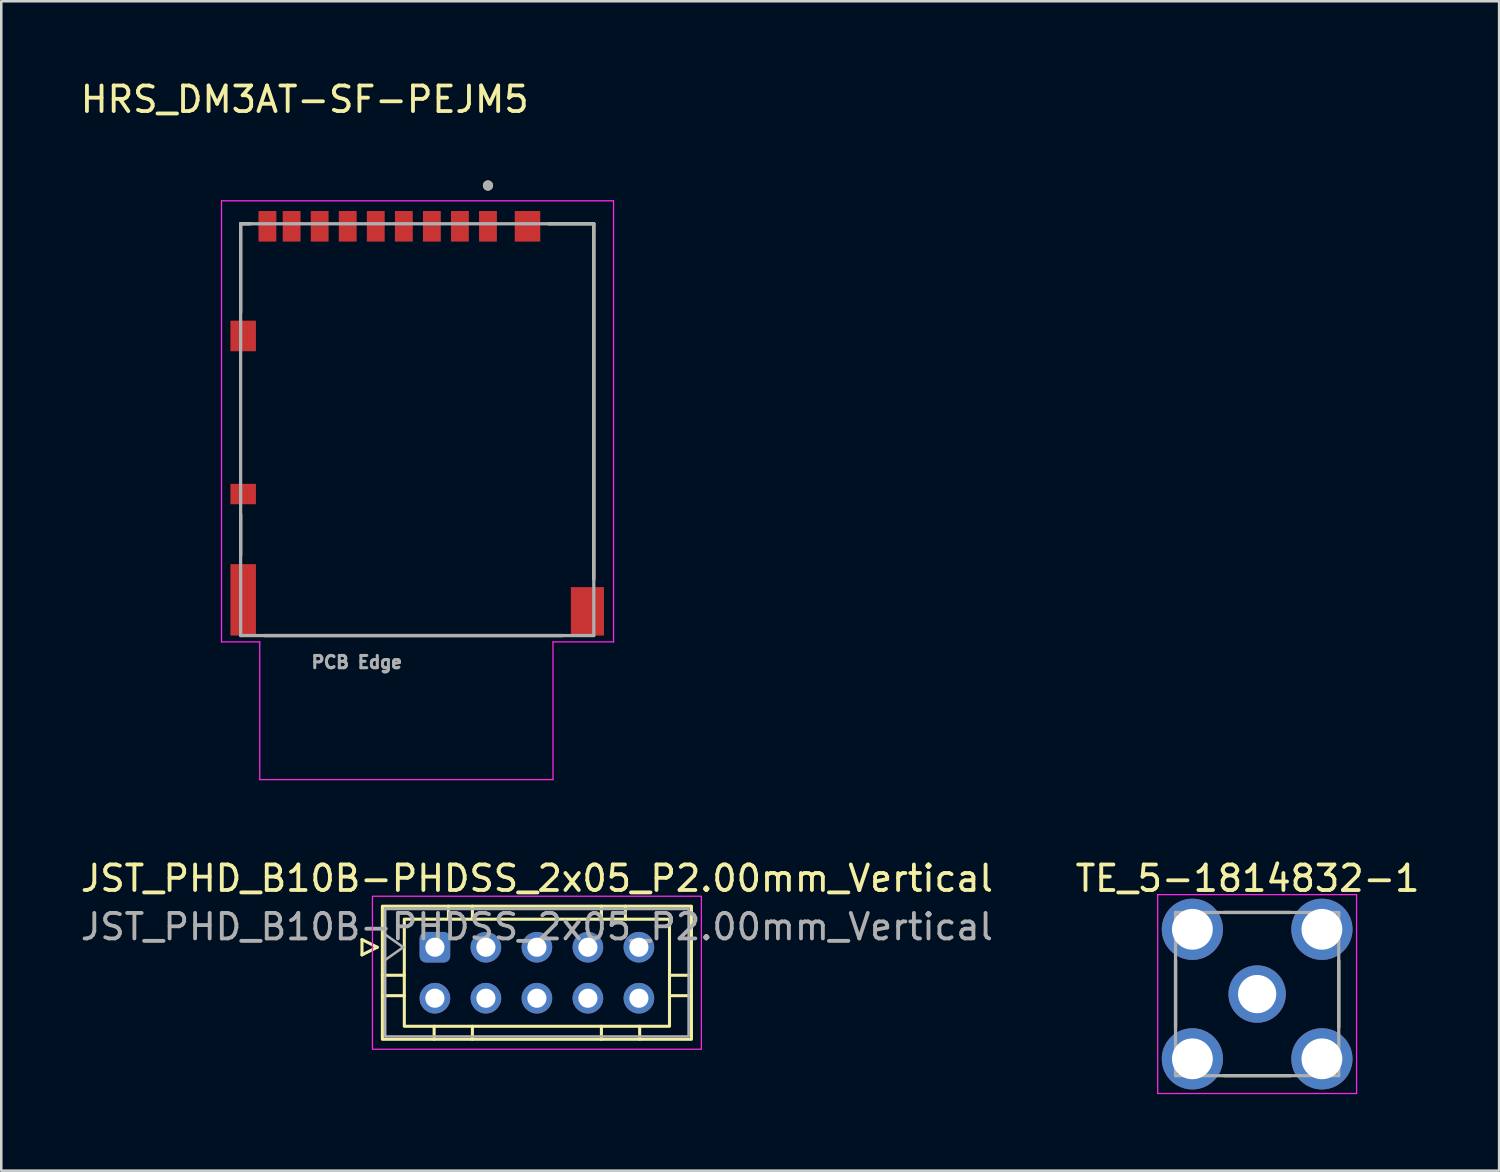
<source format=kicad_pcb>
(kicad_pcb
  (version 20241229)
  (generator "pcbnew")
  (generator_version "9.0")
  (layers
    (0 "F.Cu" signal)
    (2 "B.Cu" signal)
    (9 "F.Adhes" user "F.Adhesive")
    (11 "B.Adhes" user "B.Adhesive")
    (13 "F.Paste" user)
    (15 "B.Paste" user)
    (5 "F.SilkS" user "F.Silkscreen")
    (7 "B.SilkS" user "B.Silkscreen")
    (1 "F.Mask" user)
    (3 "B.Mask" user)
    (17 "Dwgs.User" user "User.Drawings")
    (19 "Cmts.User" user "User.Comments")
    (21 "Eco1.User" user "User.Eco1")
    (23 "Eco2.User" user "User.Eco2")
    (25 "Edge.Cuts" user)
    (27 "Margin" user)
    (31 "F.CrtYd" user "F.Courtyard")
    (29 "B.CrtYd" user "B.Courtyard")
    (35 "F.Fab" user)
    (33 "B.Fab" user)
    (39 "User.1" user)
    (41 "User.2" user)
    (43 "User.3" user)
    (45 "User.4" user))
  (footprint "HRS_DM3AT-SF-PEJM5"
    (layer "F.Cu")
    (at 13.312 13.8)
    (property "Reference" "HRS_DM3AT-SF-PEJM5" (at -4.412 -12.951 0) (layer "F.SilkS") (effects (font (size 1.002 1.002) (thickness 0.15))))
    (attr smd)
    (fp_line (start -6.925 -8.075) (end -6.545 -8.075) (stroke (width 0.127) (type solid)) (layer "F.SilkS"))
    (fp_line (start -6.925 -4.595) (end -6.925 -8.075) (stroke (width 0.127) (type solid)) (layer "F.SilkS"))
    (fp_line (start -6.925 4.925) (end -6.925 3.325) (stroke (width 0.127) (type solid)) (layer "F.SilkS"))
    (fp_line (start -6.005 8.075) (end 5.705 8.075) (stroke (width 0.127) (type solid)) (layer "F.SilkS"))
    (fp_line (start 5.145 -8.075) (end 6.925 -8.075) (stroke (width 0.127) (type solid)) (layer "F.SilkS"))
    (fp_line (start 6.925 -8.075) (end 6.925 5.855) (stroke (width 0.127) (type solid)) (layer "F.SilkS"))
    (fp_circle (center 2.775 -9.575) (end 2.875 -9.575) (stroke (width 0.2) (type solid)) (fill no) (layer "F.SilkS"))
    (fp_line (start -7.675 -8.975) (end 7.7 -8.975) (stroke (width 0.05) (type solid)) (layer "F.CrtYd"))
    (fp_line (start -7.675 8.325) (end -7.675 -8.975) (stroke (width 0.05) (type solid)) (layer "F.CrtYd"))
    (fp_line (start -6.175 8.325) (end -7.675 8.325) (stroke (width 0.05) (type solid)) (layer "F.CrtYd"))
    (fp_line (start -6.175 13.725) (end -6.175 8.325) (stroke (width 0.05) (type solid)) (layer "F.CrtYd"))
    (fp_line (start 5.325 8.325) (end 5.325 13.725) (stroke (width 0.05) (type solid)) (layer "F.CrtYd"))
    (fp_line (start 5.325 13.725) (end -6.175 13.725) (stroke (width 0.05) (type solid)) (layer "F.CrtYd"))
    (fp_line (start 7.7 -8.975) (end 7.7 8.325) (stroke (width 0.05) (type solid)) (layer "F.CrtYd"))
    (fp_line (start 7.7 8.325) (end 5.325 8.325) (stroke (width 0.05) (type solid)) (layer "F.CrtYd"))
    (fp_line (start -6.925 -8.075) (end 6.925 -8.075) (stroke (width 0.127) (type solid)) (layer "F.Fab"))
    (fp_line (start -6.925 8.075) (end -6.925 -8.075) (stroke (width 0.127) (type solid)) (layer "F.Fab"))
    (fp_line (start 6.925 -8.075) (end 6.925 8.075) (stroke (width 0.127) (type solid)) (layer "F.Fab"))
    (fp_line (start 6.925 8.075) (end -6.925 8.075) (stroke (width 0.127) (type solid)) (layer "F.Fab"))
    (fp_circle (center 2.775 -9.575) (end 2.875 -9.575) (stroke (width 0.2) (type solid)) (fill no) (layer "F.Fab"))
    (fp_text user "PCB Edge" (at -2.368 9.12 0) (layer "F.Fab") (effects (font (size 0.481 0.481) (thickness 0.15))))
    (pad "1" smd rect (at 2.775 -7.975) (size 0.7 1.2) (layers "F.Cu" "F.Mask" "F.Paste"))
    (pad "2" smd rect (at 1.675 -7.975) (size 0.7 1.2) (layers "F.Cu" "F.Mask" "F.Paste"))
    (pad "3" smd rect (at 0.575 -7.975) (size 0.7 1.2) (layers "F.Cu" "F.Mask" "F.Paste"))
    (pad "4" smd rect (at -0.525 -7.975) (size 0.7 1.2) (layers "F.Cu" "F.Mask" "F.Paste"))
    (pad "5" smd rect (at -1.625 -7.975) (size 0.7 1.2) (layers "F.Cu" "F.Mask" "F.Paste"))
    (pad "6" smd rect (at -2.725 -7.975) (size 0.7 1.2) (layers "F.Cu" "F.Mask" "F.Paste"))
    (pad "7" smd rect (at -3.825 -7.975) (size 0.7 1.2) (layers "F.Cu" "F.Mask" "F.Paste"))
    (pad "8" smd rect (at -4.925 -7.975) (size 0.7 1.2) (layers "F.Cu" "F.Mask" "F.Paste"))
    (pad "P1" smd rect (at -6.825 -3.675) (size 1 1.2) (layers "F.Cu" "F.Mask" "F.Paste"))
    (pad "P2" smd rect (at -6.825 6.675) (size 1 2.8) (layers "F.Cu" "F.Mask" "F.Paste"))
    (pad "P3" smd rect (at 6.675 7.125) (size 1.3 1.9) (layers "F.Cu" "F.Mask" "F.Paste"))
    (pad "P4" smd rect (at 4.325 -7.975) (size 1 1.2) (layers "F.Cu" "F.Mask" "F.Paste"))
    (pad "SWA" smd rect (at -6.825 2.525) (size 1 0.8) (layers "F.Cu" "F.Mask" "F.Paste"))
    (pad "SWB" smd rect (at -5.875 -7.975) (size 0.7 1.2) (layers "F.Cu" "F.Mask" "F.Paste"))
    (zone (net_name "") (layer "F.Cu") (hatch full 0.508) (connect_pads) (min_thickness 0.01) (filled_areas_thickness no) (keepout (tracks not_allowed) (vias not_allowed) (pads not_allowed) (copperpour not_allowed) (footprints allowed)) (placement (enabled no)) (fill) (polygon (pts (xy 6.087 6.275) (xy 6.837 6.275) (xy 6.837 9.525) (xy 6.087 9.525))))
    (zone (net_name "") (layer "F.Cu") (hatch full 0.508) (connect_pads) (min_thickness 0.01) (filled_areas_thickness no) (keepout (tracks not_allowed) (vias not_allowed) (pads not_allowed) (copperpour not_allowed) (footprints allowed)) (placement (enabled no)) (fill) (polygon (pts (xy 6.087 10.725) (xy 6.837 10.725) (xy 6.837 14.325) (xy 6.087 14.325))))
    (zone (net_name "") (layer "F.Cu") (hatch full 0.508) (connect_pads) (min_thickness 0.01) (filled_areas_thickness no) (keepout (tracks not_allowed) (vias not_allowed) (pads not_allowed) (copperpour not_allowed) (footprints allowed)) (placement (enabled no)) (fill) (polygon (pts (xy 7.187 12.125) (xy 7.887 12.125) (xy 7.887 19.725) (xy 7.187 19.725))))
    (zone (net_name "") (layer "F.Cu") (hatch full 0.508) (connect_pads) (min_thickness 0.01) (filled_areas_thickness no) (keepout (tracks not_allowed) (vias not_allowed) (pads not_allowed) (copperpour not_allowed) (footprints allowed)) (placement (enabled no)) (fill) (polygon (pts (xy 7.887 10.825) (xy 16.587 10.825) (xy 16.587 12.425) (xy 7.887 12.425))))
    (zone (net_name "") (layer "F.Cu") (hatch full 0.508) (connect_pads) (min_thickness 0.01) (filled_areas_thickness no) (keepout (tracks not_allowed) (vias not_allowed) (pads not_allowed) (copperpour not_allowed) (footprints allowed)) (placement (enabled no)) (fill) (polygon (pts (xy 16.237 20.525) (xy 18.787 20.525) (xy 18.787 21.875) (xy 16.237 21.875)))))
  (footprint "TE_5-1814832-1"
    (layer "F.Cu")
    (at 46.252 35.935)
    (property "Reference" "TE_5-1814832-1" (at -0.375 -4.536 0) (layer "F.SilkS") (effects (font (size 1 1) (thickness 0.15))))
    (attr through_hole)
    (fp_line (start -3.2 1.3) (end -3.2 -1.3) (stroke (width 0.127) (type solid)) (layer "F.SilkS"))
    (fp_line (start -1.3 -3.2) (end 1.3 -3.2) (stroke (width 0.127) (type solid)) (layer "F.SilkS"))
    (fp_line (start 1.3 3.2) (end -1.3 3.2) (stroke (width 0.127) (type solid)) (layer "F.SilkS"))
    (fp_line (start 3.2 1.3) (end 3.2 -1.3) (stroke (width 0.127) (type solid)) (layer "F.SilkS"))
    (fp_line (start -3.9 -3.9) (end 3.9 -3.9) (stroke (width 0.05) (type solid)) (layer "F.CrtYd"))
    (fp_line (start -3.9 3.9) (end -3.9 -3.9) (stroke (width 0.05) (type solid)) (layer "F.CrtYd"))
    (fp_line (start 3.9 -3.9) (end 3.9 3.9) (stroke (width 0.05) (type solid)) (layer "F.CrtYd"))
    (fp_line (start 3.9 3.9) (end -3.9 3.9) (stroke (width 0.05) (type solid)) (layer "F.CrtYd"))
    (fp_line (start -3.2 -3.2) (end 3.2 -3.2) (stroke (width 0.127) (type solid)) (layer "F.Fab"))
    (fp_line (start -3.2 3.2) (end -3.2 -3.2) (stroke (width 0.127) (type solid)) (layer "F.Fab"))
    (fp_line (start 3.2 -3.2) (end 3.2 3.2) (stroke (width 0.127) (type solid)) (layer "F.Fab"))
    (fp_line (start 3.2 3.2) (end -3.2 3.2) (stroke (width 0.127) (type solid)) (layer "F.Fab"))
    (pad "1" thru_hole circle (at 0 0) (size 2.25 2.25) (drill 1.5) (layers "*.Cu" "*.Mask"))
    (pad "2" thru_hole circle (at -2.54 -2.54) (size 2.4 2.4) (drill 1.6) (layers "*.Cu" "*.Mask"))
    (pad "3" thru_hole circle (at 2.54 -2.54) (size 2.4 2.4) (drill 1.6) (layers "*.Cu" "*.Mask"))
    (pad "4" thru_hole circle (at -2.54 2.54) (size 2.4 2.4) (drill 1.6) (layers "*.Cu" "*.Mask"))
    (pad "5" thru_hole circle (at 2.54 2.54) (size 2.4 2.4) (drill 1.6) (layers "*.Cu" "*.Mask")))
  (footprint "JST_PHD_B10B-PHDSS_2x05_P2.00mm_Vertical"
    (layer "F.Cu")
    (at 14.006 34.098)
    (property "Reference" "JST_PHD_B10B-PHDSS_2x05_P2.00mm_Vertical" (at 4 -2.7 0) (layer "F.SilkS") (effects (font (size 1 1) (thickness 0.15))))
    (attr through_hole)
    (fp_line (start -2.86 -0.3) (end -2.26 0) (stroke (width 0.12) (type solid)) (layer "F.SilkS"))
    (fp_line (start -2.86 0.3) (end -2.86 -0.3) (stroke (width 0.12) (type solid)) (layer "F.SilkS"))
    (fp_line (start -2.26 0) (end -2.86 0.3) (stroke (width 0.12) (type solid)) (layer "F.SilkS"))
    (fp_line (start -2.06 1.1) (end -1.2 1.1) (stroke (width 0.12) (type solid)) (layer "F.SilkS"))
    (fp_line (start -2.06 1.9) (end -1.2 1.9) (stroke (width 0.12) (type solid)) (layer "F.SilkS"))
    (fp_line (start -0.03 3.61) (end -0.03 3.1) (stroke (width 0.12) (type solid)) (layer "F.SilkS"))
    (fp_line (start 0.53 -1.61) (end 0.53 -1.1) (stroke (width 0.12) (type solid)) (layer "F.SilkS"))
    (fp_line (start 1.47 -1.61) (end 1.47 -1.1) (stroke (width 0.12) (type solid)) (layer "F.SilkS"))
    (fp_line (start 1.47 3.61) (end 1.47 3.1) (stroke (width 0.12) (type solid)) (layer "F.SilkS"))
    (fp_line (start 6.53 -1.61) (end 6.53 -1.1) (stroke (width 0.12) (type solid)) (layer "F.SilkS"))
    (fp_line (start 6.53 3.61) (end 6.53 3.1) (stroke (width 0.12) (type solid)) (layer "F.SilkS"))
    (fp_line (start 7.47 -1.61) (end 7.47 -1.1) (stroke (width 0.12) (type solid)) (layer "F.SilkS"))
    (fp_line (start 8.03 3.61) (end 8.03 3.1) (stroke (width 0.12) (type solid)) (layer "F.SilkS"))
    (fp_line (start 10.06 1.1) (end 9.2 1.1) (stroke (width 0.12) (type solid)) (layer "F.SilkS"))
    (fp_line (start 10.06 1.9) (end 9.2 1.9) (stroke (width 0.12) (type solid)) (layer "F.SilkS"))
    (fp_rect (start -2.06 -1.61) (end 10.06 3.61) (stroke (width 0.12) (type solid)) (fill no) (layer "F.SilkS"))
    (fp_rect (start -1.2 -1.1) (end 9.2 3.1) (stroke (width 0.12) (type solid)) (fill no) (layer "F.SilkS"))
    (fp_rect (start -2.45 -2) (end 10.45 4) (stroke (width 0.05) (type solid)) (fill no) (layer "F.CrtYd"))
    (fp_line (start -1.95 0.5) (end -1.243 0) (stroke (width 0.1) (type solid)) (layer "F.Fab"))
    (fp_line (start -1.243 0) (end -1.95 -0.5) (stroke (width 0.1) (type solid)) (layer "F.Fab"))
    (fp_rect (start -1.95 -1.5) (end 9.95 3.5) (stroke (width 0.1) (type solid)) (fill no) (layer "F.Fab"))
    (fp_text user "${REFERENCE}" (at 4 -0.8 0) (layer "F.Fab") (effects (font (size 1 1) (thickness 0.15))))
    (pad "1" thru_hole roundrect (at 0 0) (size 1.2 1.2) (drill 0.75) (layers "*.Cu" "*.Mask") (roundrect_rratio 0.208))
    (pad "2" thru_hole circle (at 0 2) (size 1.2 1.2) (drill 0.75) (layers "*.Cu" "*.Mask"))
    (pad "3" thru_hole circle (at 2 0) (size 1.2 1.2) (drill 0.75) (layers "*.Cu" "*.Mask"))
    (pad "4" thru_hole circle (at 2 2) (size 1.2 1.2) (drill 0.75) (layers "*.Cu" "*.Mask"))
    (pad "5" thru_hole circle (at 4 0) (size 1.2 1.2) (drill 0.75) (layers "*.Cu" "*.Mask"))
    (pad "6" thru_hole circle (at 4 2) (size 1.2 1.2) (drill 0.75) (layers "*.Cu" "*.Mask"))
    (pad "7" thru_hole circle (at 6 0) (size 1.2 1.2) (drill 0.75) (layers "*.Cu" "*.Mask"))
    (pad "8" thru_hole circle (at 6 2) (size 1.2 1.2) (drill 0.75) (layers "*.Cu" "*.Mask"))
    (pad "9" thru_hole circle (at 8 0) (size 1.2 1.2) (drill 0.75) (layers "*.Cu" "*.Mask"))
    (pad "10" thru_hole circle (at 8 2) (size 1.2 1.2) (drill 0.75) (layers "*.Cu" "*.Mask")))
  (gr_rect
    (start -3 -3)
    (end 55.742 42.86)
    (stroke (width 0.1) (type default))
    (fill no)
    (layer "Edge.Cuts")))
</source>
